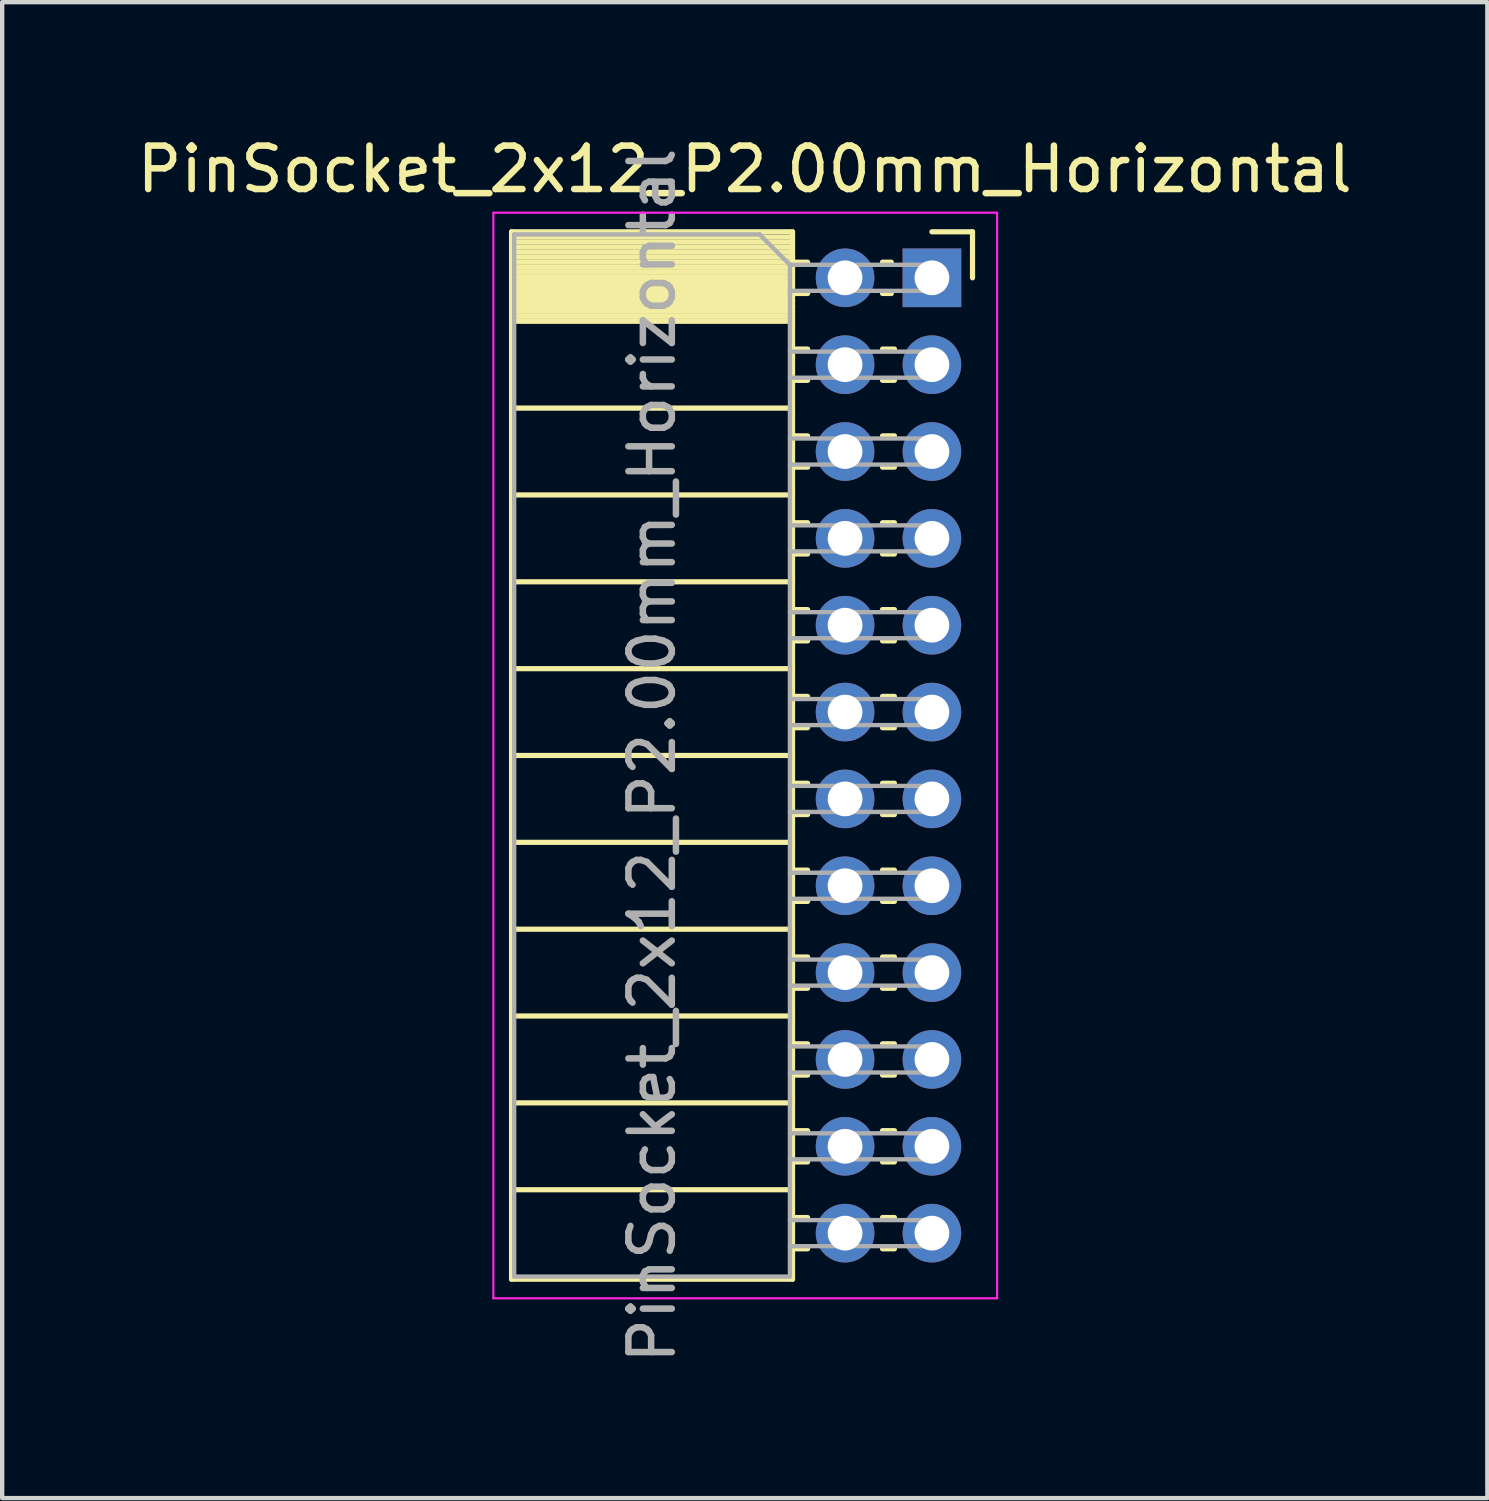
<source format=kicad_pcb>
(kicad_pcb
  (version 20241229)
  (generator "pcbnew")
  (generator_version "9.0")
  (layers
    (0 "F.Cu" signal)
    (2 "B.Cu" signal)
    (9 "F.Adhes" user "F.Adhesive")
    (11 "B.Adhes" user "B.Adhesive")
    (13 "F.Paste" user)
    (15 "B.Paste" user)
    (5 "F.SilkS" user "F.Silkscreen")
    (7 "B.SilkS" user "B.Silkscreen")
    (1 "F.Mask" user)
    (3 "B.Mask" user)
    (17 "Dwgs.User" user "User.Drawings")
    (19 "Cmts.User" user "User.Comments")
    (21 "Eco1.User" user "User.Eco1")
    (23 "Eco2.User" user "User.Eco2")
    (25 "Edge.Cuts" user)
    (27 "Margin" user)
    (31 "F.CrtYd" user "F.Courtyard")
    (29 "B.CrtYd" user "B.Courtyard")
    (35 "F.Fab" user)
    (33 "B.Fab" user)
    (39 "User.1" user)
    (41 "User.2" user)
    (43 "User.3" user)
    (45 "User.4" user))
  (footprint "PinSocket_2x12_P2.00mm_Horizontal"
    (layer "F.Cu")
    (at 18.411 3.348)
    (property "Reference" "PinSocket_2x12_P2.00mm_Horizontal" (at -4.31 -2.5 0) (layer "F.SilkS") (effects (font (size 1 1) (thickness 0.15))))
    (attr through_hole)
    (fp_line (start -9.68 -1.06) (end -9.68 23.06) (stroke (width 0.12) (type solid)) (layer "F.SilkS"))
    (fp_line (start -9.68 -1.06) (end -3.21 -1.06) (stroke (width 0.12) (type solid)) (layer "F.SilkS"))
    (fp_line (start -9.68 -0.94) (end -3.21 -0.94) (stroke (width 0.12) (type solid)) (layer "F.SilkS"))
    (fp_line (start -9.68 -0.826) (end -3.21 -0.826) (stroke (width 0.12) (type solid)) (layer "F.SilkS"))
    (fp_line (start -9.68 -0.712) (end -3.21 -0.712) (stroke (width 0.12) (type solid)) (layer "F.SilkS"))
    (fp_line (start -9.68 -0.598) (end -3.21 -0.598) (stroke (width 0.12) (type solid)) (layer "F.SilkS"))
    (fp_line (start -9.68 -0.484) (end -3.21 -0.484) (stroke (width 0.12) (type solid)) (layer "F.SilkS"))
    (fp_line (start -9.68 -0.369) (end -3.21 -0.369) (stroke (width 0.12) (type solid)) (layer "F.SilkS"))
    (fp_line (start -9.68 -0.255) (end -3.21 -0.255) (stroke (width 0.12) (type solid)) (layer "F.SilkS"))
    (fp_line (start -9.68 -0.141) (end -3.21 -0.141) (stroke (width 0.12) (type solid)) (layer "F.SilkS"))
    (fp_line (start -9.68 -0.027) (end -3.21 -0.027) (stroke (width 0.12) (type solid)) (layer "F.SilkS"))
    (fp_line (start -9.68 0.087) (end -3.21 0.087) (stroke (width 0.12) (type solid)) (layer "F.SilkS"))
    (fp_line (start -9.68 0.201) (end -3.21 0.201) (stroke (width 0.12) (type solid)) (layer "F.SilkS"))
    (fp_line (start -9.68 0.315) (end -3.21 0.315) (stroke (width 0.12) (type solid)) (layer "F.SilkS"))
    (fp_line (start -9.68 0.429) (end -3.21 0.429) (stroke (width 0.12) (type solid)) (layer "F.SilkS"))
    (fp_line (start -9.68 0.544) (end -3.21 0.544) (stroke (width 0.12) (type solid)) (layer "F.SilkS"))
    (fp_line (start -9.68 0.658) (end -3.21 0.658) (stroke (width 0.12) (type solid)) (layer "F.SilkS"))
    (fp_line (start -9.68 0.772) (end -3.21 0.772) (stroke (width 0.12) (type solid)) (layer "F.SilkS"))
    (fp_line (start -9.68 0.886) (end -3.21 0.886) (stroke (width 0.12) (type solid)) (layer "F.SilkS"))
    (fp_line (start -9.68 1) (end -3.21 1) (stroke (width 0.12) (type solid)) (layer "F.SilkS"))
    (fp_line (start -9.68 3) (end -3.21 3) (stroke (width 0.12) (type solid)) (layer "F.SilkS"))
    (fp_line (start -9.68 5) (end -3.21 5) (stroke (width 0.12) (type solid)) (layer "F.SilkS"))
    (fp_line (start -9.68 7) (end -3.21 7) (stroke (width 0.12) (type solid)) (layer "F.SilkS"))
    (fp_line (start -9.68 9) (end -3.21 9) (stroke (width 0.12) (type solid)) (layer "F.SilkS"))
    (fp_line (start -9.68 11) (end -3.21 11) (stroke (width 0.12) (type solid)) (layer "F.SilkS"))
    (fp_line (start -9.68 13) (end -3.21 13) (stroke (width 0.12) (type solid)) (layer "F.SilkS"))
    (fp_line (start -9.68 15) (end -3.21 15) (stroke (width 0.12) (type solid)) (layer "F.SilkS"))
    (fp_line (start -9.68 17) (end -3.21 17) (stroke (width 0.12) (type solid)) (layer "F.SilkS"))
    (fp_line (start -9.68 19) (end -3.21 19) (stroke (width 0.12) (type solid)) (layer "F.SilkS"))
    (fp_line (start -9.68 21) (end -3.21 21) (stroke (width 0.12) (type solid)) (layer "F.SilkS"))
    (fp_line (start -9.68 23.06) (end -3.21 23.06) (stroke (width 0.12) (type solid)) (layer "F.SilkS"))
    (fp_line (start -3.21 -1.06) (end -3.21 23.06) (stroke (width 0.12) (type solid)) (layer "F.SilkS"))
    (fp_line (start -3.21 -0.36) (end -2.863 -0.36) (stroke (width 0.12) (type solid)) (layer "F.SilkS"))
    (fp_line (start -3.21 0.36) (end -2.863 0.36) (stroke (width 0.12) (type solid)) (layer "F.SilkS"))
    (fp_line (start -3.21 1.64) (end -2.863 1.64) (stroke (width 0.12) (type solid)) (layer "F.SilkS"))
    (fp_line (start -3.21 2.36) (end -2.863 2.36) (stroke (width 0.12) (type solid)) (layer "F.SilkS"))
    (fp_line (start -3.21 3.64) (end -2.863 3.64) (stroke (width 0.12) (type solid)) (layer "F.SilkS"))
    (fp_line (start -3.21 4.36) (end -2.863 4.36) (stroke (width 0.12) (type solid)) (layer "F.SilkS"))
    (fp_line (start -3.21 5.64) (end -2.863 5.64) (stroke (width 0.12) (type solid)) (layer "F.SilkS"))
    (fp_line (start -3.21 6.36) (end -2.863 6.36) (stroke (width 0.12) (type solid)) (layer "F.SilkS"))
    (fp_line (start -3.21 7.64) (end -2.863 7.64) (stroke (width 0.12) (type solid)) (layer "F.SilkS"))
    (fp_line (start -3.21 8.36) (end -2.863 8.36) (stroke (width 0.12) (type solid)) (layer "F.SilkS"))
    (fp_line (start -3.21 9.64) (end -2.863 9.64) (stroke (width 0.12) (type solid)) (layer "F.SilkS"))
    (fp_line (start -3.21 10.36) (end -2.863 10.36) (stroke (width 0.12) (type solid)) (layer "F.SilkS"))
    (fp_line (start -3.21 11.64) (end -2.863 11.64) (stroke (width 0.12) (type solid)) (layer "F.SilkS"))
    (fp_line (start -3.21 12.36) (end -2.863 12.36) (stroke (width 0.12) (type solid)) (layer "F.SilkS"))
    (fp_line (start -3.21 13.64) (end -2.863 13.64) (stroke (width 0.12) (type solid)) (layer "F.SilkS"))
    (fp_line (start -3.21 14.36) (end -2.863 14.36) (stroke (width 0.12) (type solid)) (layer "F.SilkS"))
    (fp_line (start -3.21 15.64) (end -2.863 15.64) (stroke (width 0.12) (type solid)) (layer "F.SilkS"))
    (fp_line (start -3.21 16.36) (end -2.863 16.36) (stroke (width 0.12) (type solid)) (layer "F.SilkS"))
    (fp_line (start -3.21 17.64) (end -2.863 17.64) (stroke (width 0.12) (type solid)) (layer "F.SilkS"))
    (fp_line (start -3.21 18.36) (end -2.863 18.36) (stroke (width 0.12) (type solid)) (layer "F.SilkS"))
    (fp_line (start -3.21 19.64) (end -2.863 19.64) (stroke (width 0.12) (type solid)) (layer "F.SilkS"))
    (fp_line (start -3.21 20.36) (end -2.863 20.36) (stroke (width 0.12) (type solid)) (layer "F.SilkS"))
    (fp_line (start -3.21 21.64) (end -2.863 21.64) (stroke (width 0.12) (type solid)) (layer "F.SilkS"))
    (fp_line (start -3.21 22.36) (end -2.863 22.36) (stroke (width 0.12) (type solid)) (layer "F.SilkS"))
    (fp_line (start -1.137 -0.36) (end -0.935 -0.36) (stroke (width 0.12) (type solid)) (layer "F.SilkS"))
    (fp_line (start -1.137 0.36) (end -0.935 0.36) (stroke (width 0.12) (type solid)) (layer "F.SilkS"))
    (fp_line (start -1.137 1.64) (end -0.863 1.64) (stroke (width 0.12) (type solid)) (layer "F.SilkS"))
    (fp_line (start -1.137 2.36) (end -0.863 2.36) (stroke (width 0.12) (type solid)) (layer "F.SilkS"))
    (fp_line (start -1.137 3.64) (end -0.863 3.64) (stroke (width 0.12) (type solid)) (layer "F.SilkS"))
    (fp_line (start -1.137 4.36) (end -0.863 4.36) (stroke (width 0.12) (type solid)) (layer "F.SilkS"))
    (fp_line (start -1.137 5.64) (end -0.863 5.64) (stroke (width 0.12) (type solid)) (layer "F.SilkS"))
    (fp_line (start -1.137 6.36) (end -0.863 6.36) (stroke (width 0.12) (type solid)) (layer "F.SilkS"))
    (fp_line (start -1.137 7.64) (end -0.863 7.64) (stroke (width 0.12) (type solid)) (layer "F.SilkS"))
    (fp_line (start -1.137 8.36) (end -0.863 8.36) (stroke (width 0.12) (type solid)) (layer "F.SilkS"))
    (fp_line (start -1.137 9.64) (end -0.863 9.64) (stroke (width 0.12) (type solid)) (layer "F.SilkS"))
    (fp_line (start -1.137 10.36) (end -0.863 10.36) (stroke (width 0.12) (type solid)) (layer "F.SilkS"))
    (fp_line (start -1.137 11.64) (end -0.863 11.64) (stroke (width 0.12) (type solid)) (layer "F.SilkS"))
    (fp_line (start -1.137 12.36) (end -0.863 12.36) (stroke (width 0.12) (type solid)) (layer "F.SilkS"))
    (fp_line (start -1.137 13.64) (end -0.863 13.64) (stroke (width 0.12) (type solid)) (layer "F.SilkS"))
    (fp_line (start -1.137 14.36) (end -0.863 14.36) (stroke (width 0.12) (type solid)) (layer "F.SilkS"))
    (fp_line (start -1.137 15.64) (end -0.863 15.64) (stroke (width 0.12) (type solid)) (layer "F.SilkS"))
    (fp_line (start -1.137 16.36) (end -0.863 16.36) (stroke (width 0.12) (type solid)) (layer "F.SilkS"))
    (fp_line (start -1.137 17.64) (end -0.863 17.64) (stroke (width 0.12) (type solid)) (layer "F.SilkS"))
    (fp_line (start -1.137 18.36) (end -0.863 18.36) (stroke (width 0.12) (type solid)) (layer "F.SilkS"))
    (fp_line (start -1.137 19.64) (end -0.863 19.64) (stroke (width 0.12) (type solid)) (layer "F.SilkS"))
    (fp_line (start -1.137 20.36) (end -0.863 20.36) (stroke (width 0.12) (type solid)) (layer "F.SilkS"))
    (fp_line (start -1.137 21.64) (end -0.863 21.64) (stroke (width 0.12) (type solid)) (layer "F.SilkS"))
    (fp_line (start -1.137 22.36) (end -0.863 22.36) (stroke (width 0.12) (type solid)) (layer "F.SilkS"))
    (fp_line (start 0 -1.06) (end 0.935 -1.06) (stroke (width 0.12) (type solid)) (layer "F.SilkS"))
    (fp_line (start 0.935 -1.06) (end 0.935 0) (stroke (width 0.12) (type solid)) (layer "F.SilkS"))
    (fp_line (start -10.1 -1.5) (end -10.1 23.5) (stroke (width 0.05) (type solid)) (layer "F.CrtYd"))
    (fp_line (start -10.1 23.5) (end 1.5 23.5) (stroke (width 0.05) (type solid)) (layer "F.CrtYd"))
    (fp_line (start 1.5 -1.5) (end -10.1 -1.5) (stroke (width 0.05) (type solid)) (layer "F.CrtYd"))
    (fp_line (start 1.5 23.5) (end 1.5 -1.5) (stroke (width 0.05) (type solid)) (layer "F.CrtYd"))
    (fp_line (start -9.62 -1) (end -3.97 -1) (stroke (width 0.1) (type solid)) (layer "F.Fab"))
    (fp_line (start -9.62 23) (end -9.62 -1) (stroke (width 0.1) (type solid)) (layer "F.Fab"))
    (fp_line (start -3.97 -1) (end -3.27 -0.3) (stroke (width 0.1) (type solid)) (layer "F.Fab"))
    (fp_line (start -3.27 -0.3) (end -3.27 23) (stroke (width 0.1) (type solid)) (layer "F.Fab"))
    (fp_line (start -3.27 0.3) (end 0 0.3) (stroke (width 0.1) (type solid)) (layer "F.Fab"))
    (fp_line (start -3.27 2.3) (end 0 2.3) (stroke (width 0.1) (type solid)) (layer "F.Fab"))
    (fp_line (start -3.27 4.3) (end 0 4.3) (stroke (width 0.1) (type solid)) (layer "F.Fab"))
    (fp_line (start -3.27 6.3) (end 0 6.3) (stroke (width 0.1) (type solid)) (layer "F.Fab"))
    (fp_line (start -3.27 8.3) (end 0 8.3) (stroke (width 0.1) (type solid)) (layer "F.Fab"))
    (fp_line (start -3.27 10.3) (end 0 10.3) (stroke (width 0.1) (type solid)) (layer "F.Fab"))
    (fp_line (start -3.27 12.3) (end 0 12.3) (stroke (width 0.1) (type solid)) (layer "F.Fab"))
    (fp_line (start -3.27 14.3) (end 0 14.3) (stroke (width 0.1) (type solid)) (layer "F.Fab"))
    (fp_line (start -3.27 16.3) (end 0 16.3) (stroke (width 0.1) (type solid)) (layer "F.Fab"))
    (fp_line (start -3.27 18.3) (end 0 18.3) (stroke (width 0.1) (type solid)) (layer "F.Fab"))
    (fp_line (start -3.27 20.3) (end 0 20.3) (stroke (width 0.1) (type solid)) (layer "F.Fab"))
    (fp_line (start -3.27 22.3) (end 0 22.3) (stroke (width 0.1) (type solid)) (layer "F.Fab"))
    (fp_line (start -3.27 23) (end -9.62 23) (stroke (width 0.1) (type solid)) (layer "F.Fab"))
    (fp_line (start 0 -0.3) (end -3.27 -0.3) (stroke (width 0.1) (type solid)) (layer "F.Fab"))
    (fp_line (start 0 0.3) (end 0 -0.3) (stroke (width 0.1) (type solid)) (layer "F.Fab"))
    (fp_line (start 0 1.7) (end -3.27 1.7) (stroke (width 0.1) (type solid)) (layer "F.Fab"))
    (fp_line (start 0 2.3) (end 0 1.7) (stroke (width 0.1) (type solid)) (layer "F.Fab"))
    (fp_line (start 0 3.7) (end -3.27 3.7) (stroke (width 0.1) (type solid)) (layer "F.Fab"))
    (fp_line (start 0 4.3) (end 0 3.7) (stroke (width 0.1) (type solid)) (layer "F.Fab"))
    (fp_line (start 0 5.7) (end -3.27 5.7) (stroke (width 0.1) (type solid)) (layer "F.Fab"))
    (fp_line (start 0 6.3) (end 0 5.7) (stroke (width 0.1) (type solid)) (layer "F.Fab"))
    (fp_line (start 0 7.7) (end -3.27 7.7) (stroke (width 0.1) (type solid)) (layer "F.Fab"))
    (fp_line (start 0 8.3) (end 0 7.7) (stroke (width 0.1) (type solid)) (layer "F.Fab"))
    (fp_line (start 0 9.7) (end -3.27 9.7) (stroke (width 0.1) (type solid)) (layer "F.Fab"))
    (fp_line (start 0 10.3) (end 0 9.7) (stroke (width 0.1) (type solid)) (layer "F.Fab"))
    (fp_line (start 0 11.7) (end -3.27 11.7) (stroke (width 0.1) (type solid)) (layer "F.Fab"))
    (fp_line (start 0 12.3) (end 0 11.7) (stroke (width 0.1) (type solid)) (layer "F.Fab"))
    (fp_line (start 0 13.7) (end -3.27 13.7) (stroke (width 0.1) (type solid)) (layer "F.Fab"))
    (fp_line (start 0 14.3) (end 0 13.7) (stroke (width 0.1) (type solid)) (layer "F.Fab"))
    (fp_line (start 0 15.7) (end -3.27 15.7) (stroke (width 0.1) (type solid)) (layer "F.Fab"))
    (fp_line (start 0 16.3) (end 0 15.7) (stroke (width 0.1) (type solid)) (layer "F.Fab"))
    (fp_line (start 0 17.7) (end -3.27 17.7) (stroke (width 0.1) (type solid)) (layer "F.Fab"))
    (fp_line (start 0 18.3) (end 0 17.7) (stroke (width 0.1) (type solid)) (layer "F.Fab"))
    (fp_line (start 0 19.7) (end -3.27 19.7) (stroke (width 0.1) (type solid)) (layer "F.Fab"))
    (fp_line (start 0 20.3) (end 0 19.7) (stroke (width 0.1) (type solid)) (layer "F.Fab"))
    (fp_line (start 0 21.7) (end -3.27 21.7) (stroke (width 0.1) (type solid)) (layer "F.Fab"))
    (fp_line (start 0 22.3) (end 0 21.7) (stroke (width 0.1) (type solid)) (layer "F.Fab"))
    (fp_text user "${REFERENCE}" (at -6.445 11 90) (layer "F.Fab") (effects (font (size 1 1) (thickness 0.15))))
    (pad "1" thru_hole rect (at 0 0) (size 1.35 1.35) (drill 0.8) (layers "*.Cu" "*.Mask"))
    (pad "2" thru_hole circle (at -2 0) (size 1.35 1.35) (drill 0.8) (layers "*.Cu" "*.Mask"))
    (pad "3" thru_hole circle (at 0 2) (size 1.35 1.35) (drill 0.8) (layers "*.Cu" "*.Mask"))
    (pad "4" thru_hole circle (at -2 2) (size 1.35 1.35) (drill 0.8) (layers "*.Cu" "*.Mask"))
    (pad "5" thru_hole circle (at 0 4) (size 1.35 1.35) (drill 0.8) (layers "*.Cu" "*.Mask"))
    (pad "6" thru_hole circle (at -2 4) (size 1.35 1.35) (drill 0.8) (layers "*.Cu" "*.Mask"))
    (pad "7" thru_hole circle (at 0 6) (size 1.35 1.35) (drill 0.8) (layers "*.Cu" "*.Mask"))
    (pad "8" thru_hole circle (at -2 6) (size 1.35 1.35) (drill 0.8) (layers "*.Cu" "*.Mask"))
    (pad "9" thru_hole circle (at 0 8) (size 1.35 1.35) (drill 0.8) (layers "*.Cu" "*.Mask"))
    (pad "10" thru_hole circle (at -2 8) (size 1.35 1.35) (drill 0.8) (layers "*.Cu" "*.Mask"))
    (pad "11" thru_hole circle (at 0 10) (size 1.35 1.35) (drill 0.8) (layers "*.Cu" "*.Mask"))
    (pad "12" thru_hole circle (at -2 10) (size 1.35 1.35) (drill 0.8) (layers "*.Cu" "*.Mask"))
    (pad "13" thru_hole circle (at 0 12) (size 1.35 1.35) (drill 0.8) (layers "*.Cu" "*.Mask"))
    (pad "14" thru_hole circle (at -2 12) (size 1.35 1.35) (drill 0.8) (layers "*.Cu" "*.Mask"))
    (pad "15" thru_hole circle (at 0 14) (size 1.35 1.35) (drill 0.8) (layers "*.Cu" "*.Mask"))
    (pad "16" thru_hole circle (at -2 14) (size 1.35 1.35) (drill 0.8) (layers "*.Cu" "*.Mask"))
    (pad "17" thru_hole circle (at 0 16) (size 1.35 1.35) (drill 0.8) (layers "*.Cu" "*.Mask"))
    (pad "18" thru_hole circle (at -2 16) (size 1.35 1.35) (drill 0.8) (layers "*.Cu" "*.Mask"))
    (pad "19" thru_hole circle (at 0 18) (size 1.35 1.35) (drill 0.8) (layers "*.Cu" "*.Mask"))
    (pad "20" thru_hole circle (at -2 18) (size 1.35 1.35) (drill 0.8) (layers "*.Cu" "*.Mask"))
    (pad "21" thru_hole circle (at 0 20) (size 1.35 1.35) (drill 0.8) (layers "*.Cu" "*.Mask"))
    (pad "22" thru_hole circle (at -2 20) (size 1.35 1.35) (drill 0.8) (layers "*.Cu" "*.Mask"))
    (pad "23" thru_hole circle (at 0 22) (size 1.35 1.35) (drill 0.8) (layers "*.Cu" "*.Mask"))
    (pad "24" thru_hole circle (at -2 22) (size 1.35 1.35) (drill 0.8) (layers "*.Cu" "*.Mask")))
  (gr_rect
    (start -3 -3)
    (end 31.202 31.449)
    (stroke (width 0.1) (type default))
    (fill no)
    (layer "Edge.Cuts")))
</source>
